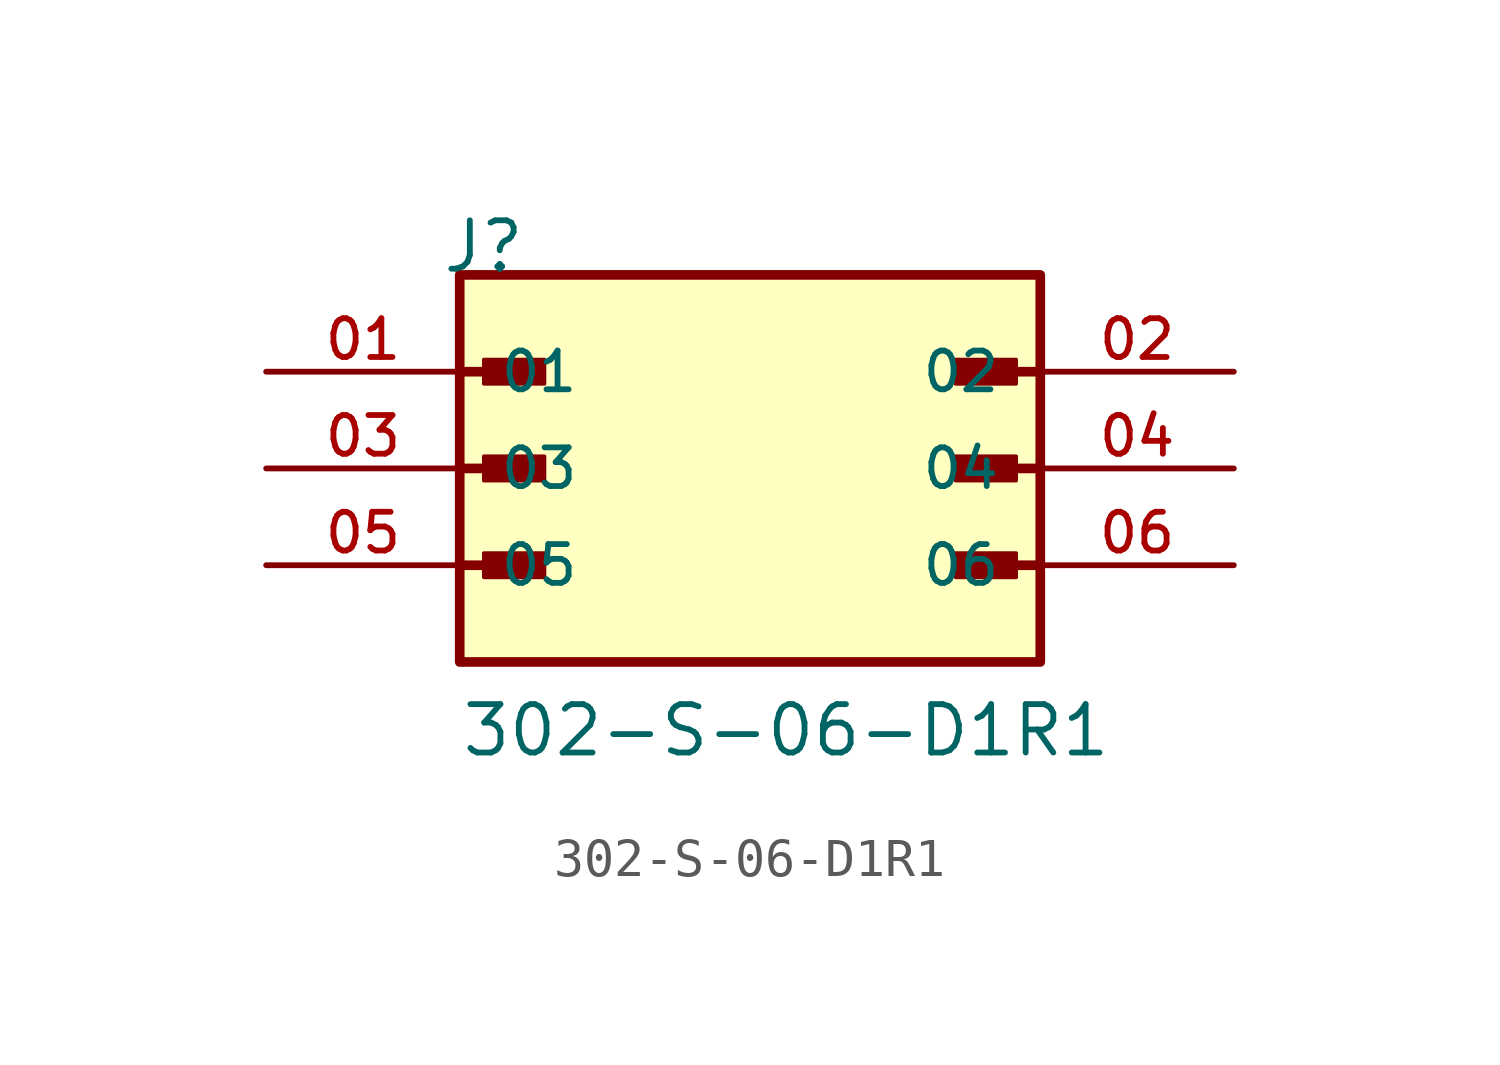
<source format=kicad_sym>
(kicad_symbol_lib
  (version 20211014)
  (generator kicad_symbol_editor)
  (symbol "302-S-06-D1R1"
    (pin_names
      (offset 1.016))
    (property "Reference" "J"
      (at -8.12 5.08 0)
      (effects (font (size 1.27 1.27)) (justify bottom left)))
    (property "Value" "302-S-06-D1R1"
      (at -7.62 -7.62 0)
      (effects (font (size 1.27 1.27)) (justify bottom left)))
    (symbol "302-S-06-D1R1_0_0"
      (polyline (pts (xy -7.62 2.54) (xy -5.715 2.54)) (stroke (width 0.254)))
      (rectangle (start -6.985 2.223) (end -5.397 2.857) (stroke (width 0.1)) (fill (type outline)))
      (polyline (pts (xy 7.62 2.54) (xy 5.715 2.54)) (stroke (width 0.254)))
      (rectangle (start 6.985 2.223) (end 5.397 2.857) (stroke (width 0.1)) (fill (type outline)))
      (polyline (pts (xy -7.62 0.0) (xy -5.715 0.0)) (stroke (width 0.254)))
      (rectangle (start -6.985 -0.318) (end -5.397 0.318) (stroke (width 0.1)) (fill (type outline)))
      (polyline (pts (xy 7.62 0.0) (xy 5.715 0.0)) (stroke (width 0.254)))
      (rectangle (start 6.985 -0.318) (end 5.397 0.318) (stroke (width 0.1)) (fill (type outline)))
      (polyline (pts (xy -7.62 -2.54) (xy -5.715 -2.54)) (stroke (width 0.254)))
      (rectangle (start -6.985 -2.857) (end -5.397 -2.223) (stroke (width 0.1)) (fill (type outline)))
      (polyline (pts (xy 7.62 -2.54) (xy 5.715 -2.54)) (stroke (width 0.254)))
      (rectangle (start 6.985 -2.857) (end 5.397 -2.223) (stroke (width 0.1)) (fill (type outline)))
      (rectangle (start -7.62 -5.08) (end 7.62 5.08) (stroke (width 0.254)) (fill (type background)))
      (pin passive line (at -12.7 2.54 0) (length 5.08) (name "01" (effects (font (size 1.016 1.016)))) (number "01" (effects (font (size 1.016 1.016)))))
      (pin passive line (at 12.7 2.54 180.0) (length 5.08) (name "02" (effects (font (size 1.016 1.016)))) (number "02" (effects (font (size 1.016 1.016)))))
      (pin passive line (at -12.7 0.0 0) (length 5.08) (name "03" (effects (font (size 1.016 1.016)))) (number "03" (effects (font (size 1.016 1.016)))))
      (pin passive line (at 12.7 0.0 180.0) (length 5.08) (name "04" (effects (font (size 1.016 1.016)))) (number "04" (effects (font (size 1.016 1.016)))))
      (pin passive line (at -12.7 -2.54 0) (length 5.08) (name "05" (effects (font (size 1.016 1.016)))) (number "05" (effects (font (size 1.016 1.016)))))
      (pin passive line (at 12.7 -2.54 180.0) (length 5.08) (name "06" (effects (font (size 1.016 1.016)))) (number "06" (effects (font (size 1.016 1.016))))))))
</source>
